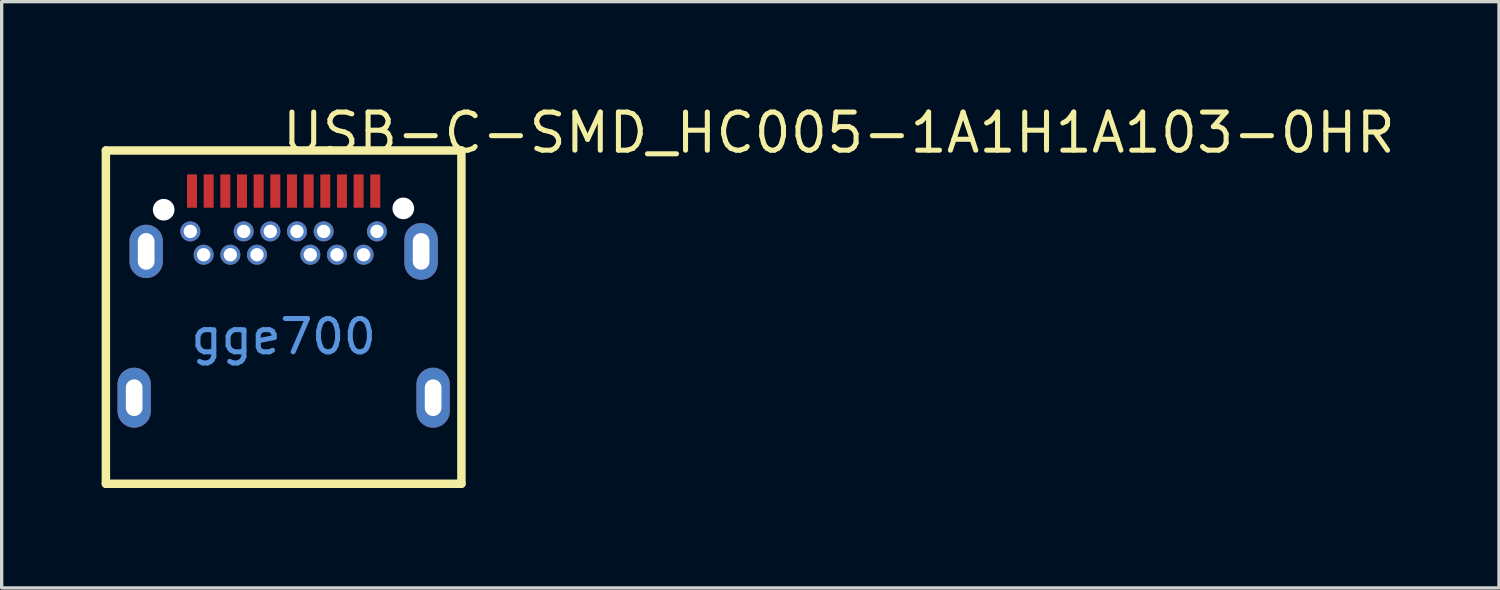
<source format=kicad_pcb>
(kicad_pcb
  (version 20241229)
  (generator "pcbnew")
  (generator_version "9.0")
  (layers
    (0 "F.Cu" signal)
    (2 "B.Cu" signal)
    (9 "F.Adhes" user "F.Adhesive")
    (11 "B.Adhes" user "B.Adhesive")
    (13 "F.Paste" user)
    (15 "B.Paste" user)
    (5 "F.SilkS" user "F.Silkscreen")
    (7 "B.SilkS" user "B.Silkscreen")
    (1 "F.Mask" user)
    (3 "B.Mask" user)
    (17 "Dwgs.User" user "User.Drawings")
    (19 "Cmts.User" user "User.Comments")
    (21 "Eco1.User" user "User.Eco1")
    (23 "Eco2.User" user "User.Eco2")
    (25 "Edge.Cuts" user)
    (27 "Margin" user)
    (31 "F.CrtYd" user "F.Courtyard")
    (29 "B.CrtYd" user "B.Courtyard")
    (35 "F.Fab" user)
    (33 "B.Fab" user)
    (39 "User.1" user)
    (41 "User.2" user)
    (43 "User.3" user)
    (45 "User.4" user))
  (footprint "USB-C-SMD_HC005-1A1H1A103-0HR"
    (layer "F.Cu")
    (at 5.461 5.783)
    (property "Reference" "USB-C-SMD_HC005-1A1H1A103-0HR" (at -0.124 -4.848 0) (layer "F.SilkS") (effects (font (size 1.143 1.143) (thickness 0.152)) (justify left)))
    (attr smd)
    (fp_line (start -5.334 -4.318) (end 5.334 -4.318) (stroke (width 0.254) (type solid)) (layer "F.SilkS"))
    (fp_line (start -5.334 5.682) (end -5.334 -4.318) (stroke (width 0.254) (type solid)) (layer "F.SilkS"))
    (fp_line (start 5.334 -4.318) (end 5.334 5.682) (stroke (width 0.254) (type solid)) (layer "F.SilkS"))
    (fp_line (start 5.334 5.682) (end -5.334 5.682) (stroke (width 0.254) (type solid)) (layer "F.SilkS"))
    (fp_poly (pts (xy -2.9 -3.6) (xy -2.6 -3.6) (xy -2.6 -2.6) (xy -2.9 -2.6)) (stroke (width 0) (type solid)) (fill yes) (layer "F.Paste"))
    (fp_poly (pts (xy -2.4 -3.6) (xy -2.1 -3.6) (xy -2.1 -2.6) (xy -2.4 -2.6)) (stroke (width 0) (type solid)) (fill yes) (layer "F.Paste"))
    (fp_poly (pts (xy -1.9 -3.6) (xy -1.6 -3.6) (xy -1.6 -2.6) (xy -1.9 -2.6)) (stroke (width 0) (type solid)) (fill yes) (layer "F.Paste"))
    (fp_poly (pts (xy -1.4 -3.6) (xy -1.1 -3.6) (xy -1.1 -2.6) (xy -1.4 -2.6)) (stroke (width 0) (type solid)) (fill yes) (layer "F.Paste"))
    (fp_poly (pts (xy -0.9 -3.6) (xy -0.6 -3.6) (xy -0.6 -2.6) (xy -0.9 -2.6)) (stroke (width 0) (type solid)) (fill yes) (layer "F.Paste"))
    (fp_poly (pts (xy -0.4 -3.6) (xy -0.1 -3.6) (xy -0.1 -2.6) (xy -0.4 -2.6)) (stroke (width 0) (type solid)) (fill yes) (layer "F.Paste"))
    (fp_poly (pts (xy 0.1 -3.6) (xy 0.4 -3.6) (xy 0.4 -2.6) (xy 0.1 -2.6)) (stroke (width 0) (type solid)) (fill yes) (layer "F.Paste"))
    (fp_poly (pts (xy 0.6 -3.6) (xy 0.9 -3.6) (xy 0.9 -2.6) (xy 0.6 -2.6)) (stroke (width 0) (type solid)) (fill yes) (layer "F.Paste"))
    (fp_poly (pts (xy 1.1 -3.6) (xy 1.4 -3.6) (xy 1.4 -2.6) (xy 1.1 -2.6)) (stroke (width 0) (type solid)) (fill yes) (layer "F.Paste"))
    (fp_poly (pts (xy 1.6 -3.6) (xy 1.9 -3.6) (xy 1.9 -2.6) (xy 1.6 -2.6)) (stroke (width 0) (type solid)) (fill yes) (layer "F.Paste"))
    (fp_poly (pts (xy 2.1 -3.6) (xy 2.4 -3.6) (xy 2.4 -2.6) (xy 2.1 -2.6)) (stroke (width 0) (type solid)) (fill yes) (layer "F.Paste"))
    (fp_poly (pts (xy 2.6 -3.6) (xy 2.9 -3.6) (xy 2.9 -2.6) (xy 2.6 -2.6)) (stroke (width 0) (type solid)) (fill yes) (layer "F.Paste"))
    (fp_poly (pts (xy -2.806 -2.19) (xy -2.832 -2.188) (xy -2.856 -2.185) (xy -2.881 -2.179) (xy -2.905 -2.171) (xy -2.928 -2.162) (xy -2.95 -2.15) (xy -2.971 -2.136) (xy -2.991 -2.121) (xy -3.01 -2.104) (xy -3.027 -2.086) (xy -3.043 -2.066) (xy -3.057 -2.046) (xy -3.069 -2.024) (xy -3.079 -2.001) (xy -3.087 -1.977) (xy -3.094 -1.953) (xy -3.098 -1.928) (xy -3.1 -1.903) (xy -3.1 -1.878) (xy -3.098 -1.853) (xy -3.094 -1.828) (xy -3.087 -1.803) (xy -3.079 -1.78) (xy -3.069 -1.757) (xy -3.057 -1.735) (xy -3.043 -1.714) (xy -3.027 -1.694) (xy -3.01 -1.676) (xy -2.991 -1.659) (xy -2.971 -1.644) (xy -2.95 -1.63) (xy -2.928 -1.619) (xy -2.905 -1.609) (xy -2.881 -1.601) (xy -2.856 -1.595) (xy -2.832 -1.592) (xy -2.806 -1.59) (xy -2.781 -1.591) (xy -2.756 -1.593) (xy -2.732 -1.598) (xy -2.708 -1.605) (xy -2.684 -1.614) (xy -2.661 -1.624) (xy -2.639 -1.637) (xy -2.619 -1.651) (xy -2.599 -1.667) (xy -2.582 -1.685) (xy -2.565 -1.704) (xy -2.55 -1.724) (xy -2.537 -1.746) (xy -2.526 -1.768) (xy -2.517 -1.791) (xy -2.51 -1.816) (xy -2.504 -1.84) (xy -2.501 -1.865) (xy -2.5 -1.89) (xy -2.501 -1.915) (xy -2.504 -1.94) (xy -2.51 -1.965) (xy -2.517 -1.989) (xy -2.526 -2.012) (xy -2.537 -2.035) (xy -2.55 -2.056) (xy -2.565 -2.076) (xy -2.582 -2.095) (xy -2.599 -2.113) (xy -2.619 -2.129) (xy -2.639 -2.143) (xy -2.661 -2.156) (xy -2.684 -2.167) (xy -2.708 -2.175) (xy -2.732 -2.182) (xy -2.756 -2.187) (xy -2.781 -2.19)) (stroke (width 0) (type solid)) (fill yes) (layer "F.Paste"))
    (fp_poly (pts (xy -2.406 -1.49) (xy -2.432 -1.488) (xy -2.456 -1.485) (xy -2.481 -1.479) (xy -2.505 -1.471) (xy -2.528 -1.462) (xy -2.55 -1.45) (xy -2.571 -1.436) (xy -2.591 -1.421) (xy -2.61 -1.404) (xy -2.627 -1.386) (xy -2.643 -1.366) (xy -2.657 -1.346) (xy -2.669 -1.324) (xy -2.679 -1.301) (xy -2.687 -1.277) (xy -2.694 -1.252) (xy -2.698 -1.228) (xy -2.7 -1.203) (xy -2.7 -1.178) (xy -2.698 -1.153) (xy -2.694 -1.128) (xy -2.687 -1.103) (xy -2.679 -1.08) (xy -2.669 -1.057) (xy -2.657 -1.035) (xy -2.643 -1.014) (xy -2.627 -0.994) (xy -2.61 -0.976) (xy -2.591 -0.959) (xy -2.571 -0.944) (xy -2.55 -0.93) (xy -2.528 -0.919) (xy -2.505 -0.909) (xy -2.481 -0.901) (xy -2.456 -0.895) (xy -2.432 -0.892) (xy -2.406 -0.89) (xy -2.381 -0.891) (xy -2.356 -0.893) (xy -2.332 -0.898) (xy -2.307 -0.905) (xy -2.284 -0.914) (xy -2.261 -0.924) (xy -2.239 -0.937) (xy -2.219 -0.951) (xy -2.199 -0.967) (xy -2.181 -0.985) (xy -2.165 -1.004) (xy -2.15 -1.024) (xy -2.137 -1.046) (xy -2.126 -1.068) (xy -2.117 -1.091) (xy -2.11 -1.116) (xy -2.104 -1.14) (xy -2.101 -1.165) (xy -2.1 -1.19) (xy -2.101 -1.215) (xy -2.104 -1.24) (xy -2.11 -1.265) (xy -2.117 -1.289) (xy -2.126 -1.312) (xy -2.137 -1.335) (xy -2.15 -1.356) (xy -2.165 -1.376) (xy -2.181 -1.395) (xy -2.199 -1.413) (xy -2.219 -1.429) (xy -2.239 -1.443) (xy -2.261 -1.456) (xy -2.284 -1.467) (xy -2.307 -1.475) (xy -2.332 -1.482) (xy -2.356 -1.487) (xy -2.381 -1.49)) (stroke (width 0) (type solid)) (fill yes) (layer "F.Paste"))
    (fp_poly (pts (xy -1.606 -1.49) (xy -1.631 -1.488) (xy -1.656 -1.485) (xy -1.681 -1.479) (xy -1.705 -1.471) (xy -1.728 -1.462) (xy -1.75 -1.45) (xy -1.771 -1.436) (xy -1.791 -1.421) (xy -1.81 -1.404) (xy -1.827 -1.386) (xy -1.843 -1.366) (xy -1.857 -1.346) (xy -1.869 -1.324) (xy -1.879 -1.301) (xy -1.887 -1.277) (xy -1.894 -1.252) (xy -1.898 -1.228) (xy -1.9 -1.203) (xy -1.9 -1.178) (xy -1.898 -1.153) (xy -1.894 -1.128) (xy -1.887 -1.103) (xy -1.879 -1.08) (xy -1.869 -1.057) (xy -1.857 -1.035) (xy -1.843 -1.014) (xy -1.827 -0.994) (xy -1.81 -0.976) (xy -1.791 -0.959) (xy -1.771 -0.944) (xy -1.75 -0.93) (xy -1.728 -0.919) (xy -1.705 -0.909) (xy -1.681 -0.901) (xy -1.656 -0.895) (xy -1.631 -0.892) (xy -1.606 -0.89) (xy -1.581 -0.891) (xy -1.556 -0.893) (xy -1.532 -0.898) (xy -1.507 -0.905) (xy -1.484 -0.914) (xy -1.461 -0.924) (xy -1.439 -0.937) (xy -1.419 -0.951) (xy -1.399 -0.967) (xy -1.381 -0.985) (xy -1.365 -1.004) (xy -1.35 -1.024) (xy -1.337 -1.046) (xy -1.326 -1.068) (xy -1.317 -1.091) (xy -1.309 -1.116) (xy -1.304 -1.14) (xy -1.301 -1.165) (xy -1.3 -1.19) (xy -1.301 -1.215) (xy -1.304 -1.24) (xy -1.309 -1.265) (xy -1.317 -1.289) (xy -1.326 -1.312) (xy -1.337 -1.335) (xy -1.35 -1.356) (xy -1.365 -1.376) (xy -1.381 -1.395) (xy -1.399 -1.413) (xy -1.419 -1.429) (xy -1.439 -1.443) (xy -1.461 -1.456) (xy -1.484 -1.467) (xy -1.507 -1.475) (xy -1.532 -1.482) (xy -1.556 -1.487) (xy -1.581 -1.49)) (stroke (width 0) (type solid)) (fill yes) (layer "F.Paste"))
    (fp_poly (pts (xy -1.181 -2.19) (xy -1.207 -2.19) (xy -1.232 -2.188) (xy -1.256 -2.185) (xy -1.281 -2.179) (xy -1.305 -2.171) (xy -1.328 -2.162) (xy -1.35 -2.15) (xy -1.371 -2.136) (xy -1.392 -2.121) (xy -1.41 -2.104) (xy -1.427 -2.086) (xy -1.443 -2.066) (xy -1.457 -2.046) (xy -1.469 -2.024) (xy -1.479 -2.001) (xy -1.487 -1.977) (xy -1.494 -1.953) (xy -1.498 -1.928) (xy -1.5 -1.903) (xy -1.5 -1.878) (xy -1.498 -1.853) (xy -1.494 -1.828) (xy -1.487 -1.803) (xy -1.479 -1.78) (xy -1.469 -1.757) (xy -1.457 -1.735) (xy -1.443 -1.714) (xy -1.427 -1.694) (xy -1.41 -1.676) (xy -1.392 -1.659) (xy -1.371 -1.644) (xy -1.35 -1.63) (xy -1.328 -1.619) (xy -1.305 -1.609) (xy -1.281 -1.601) (xy -1.256 -1.595) (xy -1.232 -1.592) (xy -1.207 -1.59) (xy -1.181 -1.591) (xy -1.156 -1.593) (xy -1.132 -1.598) (xy -1.108 -1.605) (xy -1.084 -1.614) (xy -1.061 -1.624) (xy -1.04 -1.637) (xy -1.019 -1.651) (xy -1 -1.667) (xy -0.982 -1.685) (xy -0.965 -1.704) (xy -0.95 -1.724) (xy -0.937 -1.746) (xy -0.926 -1.768) (xy -0.917 -1.791) (xy -0.91 -1.816) (xy -0.904 -1.84) (xy -0.901 -1.865) (xy -0.9 -1.89) (xy -0.901 -1.915) (xy -0.904 -1.94) (xy -0.91 -1.965) (xy -0.917 -1.989) (xy -0.926 -2.012) (xy -0.937 -2.035) (xy -0.95 -2.056) (xy -0.965 -2.076) (xy -0.982 -2.095) (xy -1 -2.113) (xy -1.019 -2.129) (xy -1.04 -2.143) (xy -1.061 -2.156) (xy -1.084 -2.167) (xy -1.108 -2.175) (xy -1.132 -2.182) (xy -1.156 -2.187)) (stroke (width 0) (type solid)) (fill yes) (layer "F.Paste"))
    (fp_poly (pts (xy -0.807 -1.49) (xy -0.832 -1.488) (xy -0.856 -1.485) (xy -0.881 -1.479) (xy -0.905 -1.471) (xy -0.928 -1.462) (xy -0.95 -1.45) (xy -0.971 -1.436) (xy -0.991 -1.421) (xy -1.01 -1.404) (xy -1.027 -1.386) (xy -1.043 -1.366) (xy -1.057 -1.346) (xy -1.069 -1.324) (xy -1.079 -1.301) (xy -1.087 -1.277) (xy -1.094 -1.252) (xy -1.098 -1.228) (xy -1.1 -1.203) (xy -1.1 -1.178) (xy -1.098 -1.153) (xy -1.094 -1.128) (xy -1.087 -1.103) (xy -1.079 -1.08) (xy -1.069 -1.057) (xy -1.057 -1.035) (xy -1.043 -1.014) (xy -1.027 -0.994) (xy -1.01 -0.976) (xy -0.991 -0.959) (xy -0.971 -0.944) (xy -0.95 -0.93) (xy -0.928 -0.919) (xy -0.905 -0.909) (xy -0.881 -0.901) (xy -0.856 -0.895) (xy -0.832 -0.892) (xy -0.807 -0.89) (xy -0.781 -0.891) (xy -0.756 -0.893) (xy -0.732 -0.898) (xy -0.708 -0.905) (xy -0.684 -0.914) (xy -0.661 -0.924) (xy -0.639 -0.937) (xy -0.619 -0.951) (xy -0.599 -0.967) (xy -0.582 -0.985) (xy -0.565 -1.004) (xy -0.55 -1.024) (xy -0.537 -1.046) (xy -0.526 -1.068) (xy -0.517 -1.091) (xy -0.51 -1.116) (xy -0.504 -1.14) (xy -0.501 -1.165) (xy -0.5 -1.19) (xy -0.501 -1.215) (xy -0.504 -1.24) (xy -0.51 -1.265) (xy -0.517 -1.289) (xy -0.526 -1.312) (xy -0.537 -1.335) (xy -0.55 -1.356) (xy -0.565 -1.376) (xy -0.582 -1.395) (xy -0.599 -1.413) (xy -0.619 -1.429) (xy -0.639 -1.443) (xy -0.661 -1.456) (xy -0.684 -1.467) (xy -0.708 -1.475) (xy -0.732 -1.482) (xy -0.756 -1.487) (xy -0.781 -1.49)) (stroke (width 0) (type solid)) (fill yes) (layer "F.Paste"))
    (fp_poly (pts (xy -0.381 -2.19) (xy -0.406 -2.19) (xy -0.432 -2.188) (xy -0.456 -2.185) (xy -0.481 -2.179) (xy -0.505 -2.171) (xy -0.528 -2.162) (xy -0.55 -2.15) (xy -0.571 -2.136) (xy -0.591 -2.121) (xy -0.61 -2.104) (xy -0.627 -2.086) (xy -0.643 -2.066) (xy -0.657 -2.046) (xy -0.669 -2.024) (xy -0.679 -2.001) (xy -0.687 -1.977) (xy -0.694 -1.953) (xy -0.698 -1.928) (xy -0.7 -1.903) (xy -0.7 -1.878) (xy -0.698 -1.853) (xy -0.694 -1.828) (xy -0.687 -1.803) (xy -0.679 -1.78) (xy -0.669 -1.757) (xy -0.657 -1.735) (xy -0.643 -1.714) (xy -0.627 -1.694) (xy -0.61 -1.676) (xy -0.591 -1.659) (xy -0.571 -1.644) (xy -0.55 -1.63) (xy -0.528 -1.619) (xy -0.505 -1.609) (xy -0.481 -1.601) (xy -0.456 -1.595) (xy -0.432 -1.592) (xy -0.406 -1.59) (xy -0.381 -1.591) (xy -0.356 -1.593) (xy -0.332 -1.598) (xy -0.307 -1.605) (xy -0.284 -1.614) (xy -0.261 -1.624) (xy -0.239 -1.637) (xy -0.219 -1.651) (xy -0.199 -1.667) (xy -0.181 -1.685) (xy -0.165 -1.704) (xy -0.15 -1.724) (xy -0.137 -1.746) (xy -0.126 -1.768) (xy -0.117 -1.791) (xy -0.11 -1.816) (xy -0.104 -1.84) (xy -0.101 -1.865) (xy -0.1 -1.89) (xy -0.101 -1.915) (xy -0.104 -1.94) (xy -0.11 -1.965) (xy -0.117 -1.989) (xy -0.126 -2.012) (xy -0.137 -2.035) (xy -0.15 -2.056) (xy -0.165 -2.076) (xy -0.181 -2.095) (xy -0.199 -2.113) (xy -0.219 -2.129) (xy -0.239 -2.143) (xy -0.261 -2.156) (xy -0.284 -2.167) (xy -0.307 -2.175) (xy -0.332 -2.182) (xy -0.356 -2.187)) (stroke (width 0) (type solid)) (fill yes) (layer "F.Paste"))
    (fp_poly (pts (xy 0.394 -2.19) (xy 0.369 -2.188) (xy 0.344 -2.185) (xy 0.319 -2.179) (xy 0.295 -2.171) (xy 0.272 -2.162) (xy 0.25 -2.15) (xy 0.229 -2.136) (xy 0.209 -2.121) (xy 0.19 -2.104) (xy 0.173 -2.086) (xy 0.157 -2.066) (xy 0.143 -2.046) (xy 0.131 -2.024) (xy 0.121 -2.001) (xy 0.113 -1.977) (xy 0.106 -1.953) (xy 0.102 -1.928) (xy 0.1 -1.903) (xy 0.1 -1.878) (xy 0.102 -1.853) (xy 0.106 -1.828) (xy 0.113 -1.803) (xy 0.121 -1.78) (xy 0.131 -1.757) (xy 0.143 -1.735) (xy 0.157 -1.714) (xy 0.173 -1.694) (xy 0.19 -1.676) (xy 0.209 -1.659) (xy 0.229 -1.644) (xy 0.25 -1.63) (xy 0.272 -1.619) (xy 0.295 -1.609) (xy 0.319 -1.601) (xy 0.344 -1.595) (xy 0.369 -1.592) (xy 0.394 -1.59) (xy 0.419 -1.591) (xy 0.444 -1.593) (xy 0.468 -1.598) (xy 0.493 -1.605) (xy 0.516 -1.614) (xy 0.539 -1.624) (xy 0.561 -1.637) (xy 0.581 -1.651) (xy 0.601 -1.667) (xy 0.619 -1.685) (xy 0.635 -1.704) (xy 0.65 -1.724) (xy 0.663 -1.746) (xy 0.674 -1.768) (xy 0.683 -1.791) (xy 0.69 -1.816) (xy 0.696 -1.84) (xy 0.699 -1.865) (xy 0.7 -1.89) (xy 0.699 -1.915) (xy 0.696 -1.94) (xy 0.69 -1.965) (xy 0.683 -1.989) (xy 0.674 -2.012) (xy 0.663 -2.035) (xy 0.65 -2.056) (xy 0.635 -2.076) (xy 0.619 -2.095) (xy 0.601 -2.113) (xy 0.581 -2.129) (xy 0.561 -2.143) (xy 0.539 -2.156) (xy 0.516 -2.167) (xy 0.493 -2.175) (xy 0.468 -2.182) (xy 0.444 -2.187) (xy 0.419 -2.19)) (stroke (width 0) (type solid)) (fill yes) (layer "F.Paste"))
    (fp_poly (pts (xy 0.819 -1.49) (xy 0.793 -1.49) (xy 0.768 -1.488) (xy 0.744 -1.485) (xy 0.719 -1.479) (xy 0.695 -1.471) (xy 0.672 -1.462) (xy 0.65 -1.45) (xy 0.628 -1.436) (xy 0.608 -1.421) (xy 0.59 -1.404) (xy 0.573 -1.386) (xy 0.557 -1.366) (xy 0.543 -1.346) (xy 0.531 -1.324) (xy 0.521 -1.301) (xy 0.513 -1.277) (xy 0.506 -1.252) (xy 0.502 -1.228) (xy 0.5 -1.203) (xy 0.5 -1.178) (xy 0.502 -1.153) (xy 0.506 -1.128) (xy 0.513 -1.103) (xy 0.521 -1.08) (xy 0.531 -1.057) (xy 0.543 -1.035) (xy 0.557 -1.014) (xy 0.573 -0.994) (xy 0.59 -0.976) (xy 0.608 -0.959) (xy 0.628 -0.944) (xy 0.65 -0.93) (xy 0.672 -0.919) (xy 0.695 -0.909) (xy 0.719 -0.901) (xy 0.744 -0.895) (xy 0.768 -0.892) (xy 0.793 -0.89) (xy 0.819 -0.891) (xy 0.844 -0.893) (xy 0.868 -0.898) (xy 0.892 -0.905) (xy 0.916 -0.914) (xy 0.939 -0.924) (xy 0.96 -0.937) (xy 0.981 -0.951) (xy 1 -0.967) (xy 1.018 -0.985) (xy 1.035 -1.004) (xy 1.05 -1.024) (xy 1.063 -1.046) (xy 1.074 -1.068) (xy 1.083 -1.091) (xy 1.09 -1.116) (xy 1.096 -1.14) (xy 1.099 -1.165) (xy 1.1 -1.19) (xy 1.099 -1.215) (xy 1.096 -1.24) (xy 1.09 -1.265) (xy 1.083 -1.289) (xy 1.074 -1.312) (xy 1.063 -1.335) (xy 1.05 -1.356) (xy 1.035 -1.376) (xy 1.018 -1.395) (xy 1 -1.413) (xy 0.981 -1.429) (xy 0.96 -1.443) (xy 0.939 -1.456) (xy 0.916 -1.467) (xy 0.892 -1.475) (xy 0.868 -1.482) (xy 0.844 -1.487)) (stroke (width 0) (type solid)) (fill yes) (layer "F.Paste"))
    (fp_poly (pts (xy 1.193 -2.19) (xy 1.168 -2.188) (xy 1.144 -2.185) (xy 1.119 -2.179) (xy 1.095 -2.171) (xy 1.072 -2.162) (xy 1.05 -2.15) (xy 1.029 -2.136) (xy 1.009 -2.121) (xy 0.99 -2.104) (xy 0.973 -2.086) (xy 0.957 -2.066) (xy 0.943 -2.046) (xy 0.931 -2.024) (xy 0.921 -2.001) (xy 0.913 -1.977) (xy 0.906 -1.953) (xy 0.902 -1.928) (xy 0.9 -1.903) (xy 0.9 -1.878) (xy 0.902 -1.853) (xy 0.906 -1.828) (xy 0.913 -1.803) (xy 0.921 -1.78) (xy 0.931 -1.757) (xy 0.943 -1.735) (xy 0.957 -1.714) (xy 0.973 -1.694) (xy 0.99 -1.676) (xy 1.009 -1.659) (xy 1.029 -1.644) (xy 1.05 -1.63) (xy 1.072 -1.619) (xy 1.095 -1.609) (xy 1.119 -1.601) (xy 1.144 -1.595) (xy 1.168 -1.592) (xy 1.193 -1.59) (xy 1.219 -1.591) (xy 1.244 -1.593) (xy 1.268 -1.598) (xy 1.292 -1.605) (xy 1.316 -1.614) (xy 1.339 -1.624) (xy 1.361 -1.637) (xy 1.381 -1.651) (xy 1.401 -1.667) (xy 1.418 -1.685) (xy 1.435 -1.704) (xy 1.45 -1.724) (xy 1.463 -1.746) (xy 1.474 -1.768) (xy 1.483 -1.791) (xy 1.49 -1.816) (xy 1.496 -1.84) (xy 1.499 -1.865) (xy 1.5 -1.89) (xy 1.499 -1.915) (xy 1.496 -1.94) (xy 1.49 -1.965) (xy 1.483 -1.989) (xy 1.474 -2.012) (xy 1.463 -2.035) (xy 1.45 -2.056) (xy 1.435 -2.076) (xy 1.418 -2.095) (xy 1.401 -2.113) (xy 1.381 -2.129) (xy 1.361 -2.143) (xy 1.339 -2.156) (xy 1.316 -2.167) (xy 1.292 -2.175) (xy 1.268 -2.182) (xy 1.244 -2.187) (xy 1.219 -2.19)) (stroke (width 0) (type solid)) (fill yes) (layer "F.Paste"))
    (fp_poly (pts (xy 1.594 -1.49) (xy 1.568 -1.488) (xy 1.544 -1.485) (xy 1.519 -1.479) (xy 1.495 -1.471) (xy 1.472 -1.462) (xy 1.45 -1.45) (xy 1.429 -1.436) (xy 1.409 -1.421) (xy 1.39 -1.404) (xy 1.373 -1.386) (xy 1.357 -1.366) (xy 1.343 -1.346) (xy 1.331 -1.324) (xy 1.321 -1.301) (xy 1.313 -1.277) (xy 1.306 -1.252) (xy 1.302 -1.228) (xy 1.3 -1.203) (xy 1.3 -1.178) (xy 1.302 -1.153) (xy 1.306 -1.128) (xy 1.313 -1.103) (xy 1.321 -1.08) (xy 1.331 -1.057) (xy 1.343 -1.035) (xy 1.357 -1.014) (xy 1.373 -0.994) (xy 1.39 -0.976) (xy 1.409 -0.959) (xy 1.429 -0.944) (xy 1.45 -0.93) (xy 1.472 -0.919) (xy 1.495 -0.909) (xy 1.519 -0.901) (xy 1.544 -0.895) (xy 1.568 -0.892) (xy 1.594 -0.89) (xy 1.619 -0.891) (xy 1.644 -0.893) (xy 1.668 -0.898) (xy 1.693 -0.905) (xy 1.716 -0.914) (xy 1.739 -0.924) (xy 1.761 -0.937) (xy 1.781 -0.951) (xy 1.801 -0.967) (xy 1.819 -0.985) (xy 1.835 -1.004) (xy 1.85 -1.024) (xy 1.863 -1.046) (xy 1.874 -1.068) (xy 1.883 -1.091) (xy 1.89 -1.116) (xy 1.896 -1.14) (xy 1.899 -1.165) (xy 1.9 -1.19) (xy 1.899 -1.215) (xy 1.896 -1.24) (xy 1.89 -1.265) (xy 1.883 -1.289) (xy 1.874 -1.312) (xy 1.863 -1.335) (xy 1.85 -1.356) (xy 1.835 -1.376) (xy 1.819 -1.395) (xy 1.801 -1.413) (xy 1.781 -1.429) (xy 1.761 -1.443) (xy 1.739 -1.456) (xy 1.716 -1.467) (xy 1.693 -1.475) (xy 1.668 -1.482) (xy 1.644 -1.487) (xy 1.619 -1.49)) (stroke (width 0) (type solid)) (fill yes) (layer "F.Paste"))
    (fp_poly (pts (xy 2.394 -1.49) (xy 2.369 -1.488) (xy 2.344 -1.485) (xy 2.319 -1.479) (xy 2.295 -1.471) (xy 2.272 -1.462) (xy 2.25 -1.45) (xy 2.229 -1.436) (xy 2.209 -1.421) (xy 2.19 -1.404) (xy 2.173 -1.386) (xy 2.157 -1.366) (xy 2.143 -1.346) (xy 2.131 -1.324) (xy 2.121 -1.301) (xy 2.113 -1.277) (xy 2.106 -1.252) (xy 2.102 -1.228) (xy 2.1 -1.203) (xy 2.1 -1.178) (xy 2.102 -1.153) (xy 2.106 -1.128) (xy 2.113 -1.103) (xy 2.121 -1.08) (xy 2.131 -1.057) (xy 2.143 -1.035) (xy 2.157 -1.014) (xy 2.173 -0.994) (xy 2.19 -0.976) (xy 2.209 -0.959) (xy 2.229 -0.944) (xy 2.25 -0.93) (xy 2.272 -0.919) (xy 2.295 -0.909) (xy 2.319 -0.901) (xy 2.344 -0.895) (xy 2.369 -0.892) (xy 2.394 -0.89) (xy 2.419 -0.891) (xy 2.444 -0.893) (xy 2.468 -0.898) (xy 2.493 -0.905) (xy 2.516 -0.914) (xy 2.539 -0.924) (xy 2.561 -0.937) (xy 2.581 -0.951) (xy 2.601 -0.967) (xy 2.619 -0.985) (xy 2.635 -1.004) (xy 2.65 -1.024) (xy 2.663 -1.046) (xy 2.674 -1.068) (xy 2.683 -1.091) (xy 2.69 -1.116) (xy 2.696 -1.14) (xy 2.699 -1.165) (xy 2.7 -1.19) (xy 2.699 -1.215) (xy 2.696 -1.24) (xy 2.69 -1.265) (xy 2.683 -1.289) (xy 2.674 -1.312) (xy 2.663 -1.335) (xy 2.65 -1.356) (xy 2.635 -1.376) (xy 2.619 -1.395) (xy 2.601 -1.413) (xy 2.581 -1.429) (xy 2.561 -1.443) (xy 2.539 -1.456) (xy 2.516 -1.467) (xy 2.493 -1.475) (xy 2.468 -1.482) (xy 2.444 -1.487) (xy 2.419 -1.49)) (stroke (width 0) (type solid)) (fill yes) (layer "F.Paste"))
    (fp_poly (pts (xy 2.793 -2.19) (xy 2.768 -2.188) (xy 2.744 -2.185) (xy 2.719 -2.179) (xy 2.695 -2.171) (xy 2.672 -2.162) (xy 2.65 -2.15) (xy 2.628 -2.136) (xy 2.608 -2.121) (xy 2.59 -2.104) (xy 2.573 -2.086) (xy 2.557 -2.066) (xy 2.543 -2.046) (xy 2.531 -2.024) (xy 2.521 -2.001) (xy 2.513 -1.977) (xy 2.506 -1.953) (xy 2.502 -1.928) (xy 2.5 -1.903) (xy 2.5 -1.878) (xy 2.502 -1.853) (xy 2.506 -1.828) (xy 2.513 -1.803) (xy 2.521 -1.78) (xy 2.531 -1.757) (xy 2.543 -1.735) (xy 2.557 -1.714) (xy 2.573 -1.694) (xy 2.59 -1.676) (xy 2.608 -1.659) (xy 2.628 -1.644) (xy 2.65 -1.63) (xy 2.672 -1.619) (xy 2.695 -1.609) (xy 2.719 -1.601) (xy 2.744 -1.595) (xy 2.768 -1.592) (xy 2.793 -1.59) (xy 2.819 -1.591) (xy 2.844 -1.593) (xy 2.868 -1.598) (xy 2.892 -1.605) (xy 2.916 -1.614) (xy 2.939 -1.624) (xy 2.96 -1.637) (xy 2.981 -1.651) (xy 3 -1.667) (xy 3.018 -1.685) (xy 3.035 -1.704) (xy 3.05 -1.724) (xy 3.063 -1.746) (xy 3.074 -1.768) (xy 3.083 -1.791) (xy 3.09 -1.816) (xy 3.096 -1.84) (xy 3.099 -1.865) (xy 3.1 -1.89) (xy 3.099 -1.915) (xy 3.096 -1.94) (xy 3.09 -1.965) (xy 3.083 -1.989) (xy 3.074 -2.012) (xy 3.063 -2.035) (xy 3.05 -2.056) (xy 3.035 -2.076) (xy 3.018 -2.095) (xy 3 -2.113) (xy 2.981 -2.129) (xy 2.96 -2.143) (xy 2.939 -2.156) (xy 2.916 -2.167) (xy 2.892 -2.175) (xy 2.868 -2.182) (xy 2.844 -2.187) (xy 2.819 -2.19)) (stroke (width 0) (type solid)) (fill yes) (layer "F.Paste"))
    (fp_poly (pts (xy -4.448 2.201) (xy -4.473 2.2) (xy -4.497 2.2) (xy -4.522 2.201) (xy -4.547 2.204) (xy -4.572 2.208) (xy -4.596 2.212) (xy -4.62 2.219) (xy -4.644 2.226) (xy -4.668 2.235) (xy -4.691 2.244) (xy -4.713 2.255) (xy -4.735 2.267) (xy -4.756 2.28) (xy -4.777 2.294) (xy -4.797 2.309) (xy -4.816 2.325) (xy -4.834 2.342) (xy -4.852 2.36) (xy -4.868 2.379) (xy -4.884 2.398) (xy -4.898 2.418) (xy -4.912 2.439) (xy -4.924 2.461) (xy -4.935 2.483) (xy -4.946 2.506) (xy -4.955 2.529) (xy -4.963 2.553) (xy -4.97 2.577) (xy -4.975 2.601) (xy -4.979 2.625) (xy -4.983 2.65) (xy -4.984 2.675) (xy -4.985 2.7) (xy -4.985 3.5) (xy -4.984 3.525) (xy -4.983 3.55) (xy -4.979 3.574) (xy -4.975 3.599) (xy -4.97 3.623) (xy -4.963 3.647) (xy -4.955 3.671) (xy -4.946 3.694) (xy -4.935 3.717) (xy -4.924 3.739) (xy -4.912 3.761) (xy -4.898 3.782) (xy -4.884 3.802) (xy -4.868 3.821) (xy -4.852 3.84) (xy -4.834 3.858) (xy -4.816 3.875) (xy -4.797 3.891) (xy -4.777 3.906) (xy -4.756 3.92) (xy -4.735 3.933) (xy -4.713 3.945) (xy -4.691 3.956) (xy -4.668 3.965) (xy -4.644 3.974) (xy -4.62 3.981) (xy -4.596 3.987) (xy -4.572 3.992) (xy -4.547 3.996) (xy -4.522 3.999) (xy -4.497 4) (xy -4.473 4) (xy -4.448 3.999) (xy -4.423 3.996) (xy -4.398 3.992) (xy -4.374 3.987) (xy -4.35 3.981) (xy -4.326 3.974) (xy -4.302 3.965) (xy -4.279 3.956) (xy -4.257 3.945) (xy -4.235 3.933) (xy -4.214 3.92) (xy -4.193 3.906) (xy -4.173 3.891) (xy -4.154 3.875) (xy -4.136 3.858) (xy -4.118 3.84) (xy -4.102 3.821) (xy -4.086 3.802) (xy -4.072 3.782) (xy -4.058 3.761) (xy -4.046 3.739) (xy -4.035 3.717) (xy -4.024 3.694) (xy -4.015 3.671) (xy -4.007 3.647) (xy -4 3.623) (xy -3.995 3.599) (xy -3.991 3.574) (xy -3.987 3.55) (xy -3.986 3.525) (xy -3.985 3.5) (xy -3.985 2.7) (xy -3.986 2.675) (xy -3.987 2.65) (xy -3.991 2.625) (xy -3.995 2.601) (xy -4 2.577) (xy -4.007 2.553) (xy -4.015 2.529) (xy -4.024 2.506) (xy -4.035 2.483) (xy -4.046 2.461) (xy -4.058 2.439) (xy -4.072 2.418) (xy -4.086 2.398) (xy -4.102 2.379) (xy -4.118 2.36) (xy -4.136 2.342) (xy -4.154 2.325) (xy -4.173 2.309) (xy -4.193 2.294) (xy -4.214 2.28) (xy -4.235 2.267) (xy -4.257 2.255) (xy -4.279 2.244) (xy -4.302 2.235) (xy -4.326 2.226) (xy -4.35 2.219) (xy -4.374 2.212) (xy -4.398 2.208) (xy -4.423 2.204)) (stroke (width 0) (type solid)) (fill yes) (layer "F.Paste"))
    (fp_poly (pts (xy -4.088 -2.139) (xy -4.113 -2.14) (xy -4.138 -2.14) (xy -4.162 -2.139) (xy -4.187 -2.136) (xy -4.212 -2.133) (xy -4.236 -2.128) (xy -4.26 -2.121) (xy -4.284 -2.114) (xy -4.308 -2.106) (xy -4.331 -2.096) (xy -4.353 -2.085) (xy -4.375 -2.073) (xy -4.396 -2.06) (xy -4.417 -2.046) (xy -4.437 -2.031) (xy -4.456 -2.015) (xy -4.474 -1.998) (xy -4.492 -1.98) (xy -4.508 -1.962) (xy -4.524 -1.942) (xy -4.538 -1.922) (xy -4.552 -1.901) (xy -4.564 -1.879) (xy -4.576 -1.857) (xy -4.586 -1.834) (xy -4.595 -1.811) (xy -4.603 -1.788) (xy -4.61 -1.764) (xy -4.615 -1.739) (xy -4.619 -1.715) (xy -4.623 -1.69) (xy -4.624 -1.665) (xy -4.625 -1.64) (xy -4.625 -0.94) (xy -4.624 -0.915) (xy -4.623 -0.89) (xy -4.619 -0.866) (xy -4.615 -0.841) (xy -4.61 -0.817) (xy -4.603 -0.793) (xy -4.595 -0.769) (xy -4.586 -0.746) (xy -4.576 -0.723) (xy -4.564 -0.701) (xy -4.552 -0.679) (xy -4.538 -0.659) (xy -4.524 -0.638) (xy -4.508 -0.619) (xy -4.492 -0.6) (xy -4.474 -0.582) (xy -4.456 -0.565) (xy -4.437 -0.549) (xy -4.417 -0.534) (xy -4.396 -0.52) (xy -4.375 -0.507) (xy -4.353 -0.495) (xy -4.331 -0.484) (xy -4.308 -0.475) (xy -4.284 -0.466) (xy -4.26 -0.459) (xy -4.236 -0.453) (xy -4.212 -0.448) (xy -4.187 -0.444) (xy -4.162 -0.442) (xy -4.138 -0.44) (xy -4.113 -0.44) (xy -4.088 -0.442) (xy -4.063 -0.444) (xy -4.038 -0.448) (xy -4.014 -0.453) (xy -3.99 -0.459) (xy -3.966 -0.466) (xy -3.942 -0.475) (xy -3.919 -0.484) (xy -3.897 -0.495) (xy -3.875 -0.507) (xy -3.854 -0.52) (xy -3.833 -0.534) (xy -3.813 -0.549) (xy -3.794 -0.565) (xy -3.776 -0.582) (xy -3.759 -0.6) (xy -3.742 -0.619) (xy -3.727 -0.638) (xy -3.712 -0.659) (xy -3.698 -0.679) (xy -3.686 -0.701) (xy -3.675 -0.723) (xy -3.664 -0.746) (xy -3.655 -0.769) (xy -3.647 -0.793) (xy -3.641 -0.817) (xy -3.635 -0.841) (xy -3.631 -0.866) (xy -3.628 -0.89) (xy -3.626 -0.915) (xy -3.625 -0.94) (xy -3.625 -1.64) (xy -3.626 -1.665) (xy -3.628 -1.69) (xy -3.631 -1.715) (xy -3.635 -1.739) (xy -3.641 -1.764) (xy -3.647 -1.788) (xy -3.655 -1.811) (xy -3.664 -1.834) (xy -3.675 -1.857) (xy -3.686 -1.879) (xy -3.698 -1.901) (xy -3.712 -1.922) (xy -3.727 -1.942) (xy -3.742 -1.962) (xy -3.759 -1.98) (xy -3.776 -1.998) (xy -3.794 -2.015) (xy -3.813 -2.031) (xy -3.833 -2.046) (xy -3.854 -2.06) (xy -3.875 -2.073) (xy -3.897 -2.085) (xy -3.919 -2.096) (xy -3.942 -2.106) (xy -3.966 -2.114) (xy -3.99 -2.121) (xy -4.014 -2.128) (xy -4.038 -2.133) (xy -4.063 -2.136)) (stroke (width 0) (type solid)) (fill yes) (layer "F.Paste"))
    (fp_poly (pts (xy 4.112 -2.14) (xy 4.087 -2.139) (xy 4.063 -2.136) (xy 4.038 -2.133) (xy 4.014 -2.128) (xy 3.989 -2.121) (xy 3.966 -2.114) (xy 3.942 -2.106) (xy 3.919 -2.096) (xy 3.897 -2.085) (xy 3.875 -2.073) (xy 3.854 -2.06) (xy 3.833 -2.046) (xy 3.813 -2.031) (xy 3.794 -2.015) (xy 3.776 -1.998) (xy 3.758 -1.98) (xy 3.742 -1.962) (xy 3.726 -1.942) (xy 3.712 -1.922) (xy 3.698 -1.901) (xy 3.686 -1.879) (xy 3.674 -1.857) (xy 3.664 -1.834) (xy 3.655 -1.811) (xy 3.647 -1.788) (xy 3.64 -1.764) (xy 3.635 -1.739) (xy 3.63 -1.715) (xy 3.627 -1.69) (xy 3.625 -1.665) (xy 3.625 -1.64) (xy 3.625 -0.94) (xy 3.625 -0.915) (xy 3.627 -0.89) (xy 3.63 -0.866) (xy 3.635 -0.841) (xy 3.64 -0.817) (xy 3.647 -0.793) (xy 3.655 -0.769) (xy 3.664 -0.746) (xy 3.674 -0.723) (xy 3.686 -0.701) (xy 3.698 -0.679) (xy 3.712 -0.659) (xy 3.726 -0.638) (xy 3.742 -0.619) (xy 3.758 -0.6) (xy 3.776 -0.582) (xy 3.794 -0.565) (xy 3.813 -0.549) (xy 3.833 -0.534) (xy 3.854 -0.52) (xy 3.875 -0.507) (xy 3.897 -0.495) (xy 3.919 -0.484) (xy 3.942 -0.475) (xy 3.966 -0.466) (xy 3.989 -0.459) (xy 4.014 -0.453) (xy 4.038 -0.448) (xy 4.063 -0.444) (xy 4.087 -0.442) (xy 4.112 -0.44) (xy 4.137 -0.44) (xy 4.162 -0.442) (xy 4.187 -0.444) (xy 4.212 -0.448) (xy 4.236 -0.453) (xy 4.26 -0.459) (xy 4.284 -0.466) (xy 4.308 -0.475) (xy 4.33 -0.484) (xy 4.353 -0.495) (xy 4.375 -0.507) (xy 4.396 -0.52) (xy 4.417 -0.534) (xy 4.437 -0.549) (xy 4.456 -0.565) (xy 4.474 -0.582) (xy 4.491 -0.6) (xy 4.508 -0.619) (xy 4.523 -0.638) (xy 4.538 -0.659) (xy 4.551 -0.679) (xy 4.564 -0.701) (xy 4.575 -0.723) (xy 4.586 -0.746) (xy 4.595 -0.769) (xy 4.603 -0.793) (xy 4.609 -0.817) (xy 4.615 -0.841) (xy 4.619 -0.866) (xy 4.622 -0.89) (xy 4.624 -0.915) (xy 4.625 -0.94) (xy 4.625 -1.64) (xy 4.624 -1.665) (xy 4.622 -1.69) (xy 4.619 -1.715) (xy 4.615 -1.739) (xy 4.609 -1.764) (xy 4.603 -1.788) (xy 4.595 -1.811) (xy 4.586 -1.834) (xy 4.575 -1.857) (xy 4.564 -1.879) (xy 4.551 -1.901) (xy 4.538 -1.922) (xy 4.523 -1.942) (xy 4.508 -1.962) (xy 4.491 -1.98) (xy 4.474 -1.998) (xy 4.456 -2.015) (xy 4.437 -2.031) (xy 4.417 -2.046) (xy 4.396 -2.06) (xy 4.375 -2.073) (xy 4.353 -2.085) (xy 4.33 -2.096) (xy 4.308 -2.106) (xy 4.284 -2.114) (xy 4.26 -2.121) (xy 4.236 -2.128) (xy 4.212 -2.133) (xy 4.187 -2.136) (xy 4.162 -2.139) (xy 4.137 -2.14)) (stroke (width 0) (type solid)) (fill yes) (layer "F.Paste"))
    (fp_poly (pts (xy 4.473 2.2) (xy 4.448 2.201) (xy 4.423 2.204) (xy 4.398 2.208) (xy 4.374 2.212) (xy 4.35 2.219) (xy 4.326 2.226) (xy 4.302 2.235) (xy 4.279 2.244) (xy 4.257 2.255) (xy 4.235 2.267) (xy 4.214 2.28) (xy 4.193 2.294) (xy 4.173 2.309) (xy 4.154 2.325) (xy 4.136 2.342) (xy 4.118 2.36) (xy 4.102 2.379) (xy 4.086 2.398) (xy 4.072 2.418) (xy 4.058 2.439) (xy 4.046 2.461) (xy 4.035 2.483) (xy 4.024 2.506) (xy 4.015 2.529) (xy 4.007 2.553) (xy 4 2.577) (xy 3.995 2.601) (xy 3.991 2.625) (xy 3.987 2.65) (xy 3.986 2.675) (xy 3.985 2.7) (xy 3.985 3.5) (xy 3.986 3.525) (xy 3.987 3.55) (xy 3.991 3.574) (xy 3.995 3.599) (xy 4 3.623) (xy 4.007 3.647) (xy 4.015 3.671) (xy 4.024 3.694) (xy 4.035 3.717) (xy 4.046 3.739) (xy 4.058 3.761) (xy 4.072 3.782) (xy 4.086 3.802) (xy 4.102 3.821) (xy 4.118 3.84) (xy 4.136 3.858) (xy 4.154 3.875) (xy 4.173 3.891) (xy 4.193 3.906) (xy 4.214 3.92) (xy 4.235 3.933) (xy 4.257 3.945) (xy 4.279 3.956) (xy 4.302 3.965) (xy 4.326 3.974) (xy 4.35 3.981) (xy 4.374 3.987) (xy 4.398 3.992) (xy 4.423 3.996) (xy 4.448 3.999) (xy 4.473 4) (xy 4.497 4) (xy 4.522 3.999) (xy 4.547 3.996) (xy 4.572 3.992) (xy 4.596 3.987) (xy 4.62 3.981) (xy 4.644 3.974) (xy 4.668 3.965) (xy 4.691 3.956) (xy 4.713 3.945) (xy 4.735 3.933) (xy 4.756 3.92) (xy 4.777 3.906) (xy 4.797 3.891) (xy 4.816 3.875) (xy 4.834 3.858) (xy 4.852 3.84) (xy 4.868 3.821) (xy 4.884 3.802) (xy 4.898 3.782) (xy 4.912 3.761) (xy 4.924 3.739) (xy 4.935 3.717) (xy 4.946 3.694) (xy 4.955 3.671) (xy 4.963 3.647) (xy 4.97 3.623) (xy 4.975 3.599) (xy 4.979 3.574) (xy 4.983 3.55) (xy 4.984 3.525) (xy 4.985 3.5) (xy 4.985 2.7) (xy 4.984 2.675) (xy 4.983 2.65) (xy 4.979 2.625) (xy 4.975 2.601) (xy 4.97 2.577) (xy 4.963 2.553) (xy 4.955 2.529) (xy 4.946 2.506) (xy 4.935 2.483) (xy 4.924 2.461) (xy 4.912 2.439) (xy 4.898 2.418) (xy 4.884 2.398) (xy 4.868 2.379) (xy 4.852 2.36) (xy 4.834 2.342) (xy 4.816 2.325) (xy 4.797 2.309) (xy 4.777 2.294) (xy 4.756 2.28) (xy 4.735 2.267) (xy 4.713 2.255) (xy 4.691 2.244) (xy 4.668 2.235) (xy 4.644 2.226) (xy 4.62 2.219) (xy 4.596 2.212) (xy 4.572 2.208) (xy 4.547 2.204) (xy 4.522 2.201) (xy 4.497 2.2)) (stroke (width 0) (type solid)) (fill yes) (layer "F.Paste"))
    (fp_circle (center -3.6 -2.54) (end -3.475 -2.54) (stroke (width 0.25) (type solid)) (fill no) (layer "Cmts.User"))
    (fp_circle (center 3.595 -2.575) (end 3.72 -2.575) (stroke (width 0.25) (type solid)) (fill no) (layer "Cmts.User"))
    (fp_text user "gge700" (at 0 1.27 0) (layer "Cmts.User") (effects (font (size 1 1) (thickness 0.15))))
    (pad "" np_thru_hole circle (at -3.6 -2.54) (size 0.65 0.65) (drill 0.65) (layers "*.Cu" "*.Mask"))
    (pad "" np_thru_hole circle (at 3.59 -2.58) (size 0.65 0.65) (drill 0.65) (layers "*.Cu" "*.Mask"))
    (pad "1" thru_hole oval (at -4.125 -1.29) (size 1 1.6) (drill oval 0.5 1.1) (layers "*.Cu" "*.Paste" "*.Mask"))
    (pad "2" thru_hole oval (at -4.485 3.1) (size 1 1.8) (drill oval 0.5 1.1) (layers "*.Cu" "*.Paste" "*.Mask"))
    (pad "3" thru_hole oval (at 4.485 3.1) (size 1 1.8) (drill oval 0.5 1.1) (layers "*.Cu" "*.Paste" "*.Mask"))
    (pad "4" thru_hole oval (at 4.125 -1.29) (size 1 1.7) (drill oval 0.5 1.1) (layers "*.Cu" "*.Paste" "*.Mask"))
    (pad "A1" smd rect (at -2.75 -3.1) (size 0.3 1) (layers "F.Cu" "F.Mask" "F.Paste"))
    (pad "A2" smd rect (at -2.25 -3.1) (size 0.3 1) (layers "F.Cu" "F.Mask" "F.Paste"))
    (pad "A3" smd rect (at -1.75 -3.1) (size 0.3 1) (layers "F.Cu" "F.Mask" "F.Paste"))
    (pad "A4" smd rect (at -1.25 -3.1) (size 0.3 1) (layers "F.Cu" "F.Mask" "F.Paste"))
    (pad "A5" smd rect (at -0.75 -3.1) (size 0.3 1) (layers "F.Cu" "F.Mask" "F.Paste"))
    (pad "A6" smd rect (at -0.25 -3.1) (size 0.3 1) (layers "F.Cu" "F.Mask" "F.Paste"))
    (pad "A7" smd rect (at 0.25 -3.1) (size 0.3 1) (layers "F.Cu" "F.Mask" "F.Paste"))
    (pad "A8" smd rect (at 0.75 -3.1) (size 0.3 1) (layers "F.Cu" "F.Mask" "F.Paste"))
    (pad "A9" smd rect (at 1.25 -3.1) (size 0.3 1) (layers "F.Cu" "F.Mask" "F.Paste"))
    (pad "A10" smd rect (at 1.75 -3.1) (size 0.3 1) (layers "F.Cu" "F.Mask" "F.Paste"))
    (pad "A11" smd rect (at 2.25 -3.1) (size 0.3 1) (layers "F.Cu" "F.Mask" "F.Paste"))
    (pad "A12" smd rect (at 2.75 -3.1) (size 0.3 1) (layers "F.Cu" "F.Mask" "F.Paste"))
    (pad "B1" thru_hole circle (at 2.8 -1.89) (size 0.6 0.6) (drill 0.4) (layers "*.Cu" "*.Paste" "*.Mask"))
    (pad "B2" thru_hole circle (at 2.4 -1.19) (size 0.6 0.6) (drill 0.4) (layers "*.Cu" "*.Paste" "*.Mask"))
    (pad "B3" thru_hole circle (at 1.6 -1.19) (size 0.6 0.6) (drill 0.4) (layers "*.Cu" "*.Paste" "*.Mask"))
    (pad "B4" thru_hole circle (at 1.2 -1.89) (size 0.6 0.6) (drill 0.4) (layers "*.Cu" "*.Paste" "*.Mask"))
    (pad "B5" thru_hole circle (at 0.8 -1.19) (size 0.6 0.6) (drill 0.4) (layers "*.Cu" "*.Paste" "*.Mask"))
    (pad "B6" thru_hole circle (at 0.4 -1.89) (size 0.6 0.6) (drill 0.4) (layers "*.Cu" "*.Paste" "*.Mask"))
    (pad "B7" thru_hole circle (at -0.4 -1.89) (size 0.6 0.6) (drill 0.4) (layers "*.Cu" "*.Paste" "*.Mask"))
    (pad "B8" thru_hole circle (at -0.8 -1.19) (size 0.6 0.6) (drill 0.4) (layers "*.Cu" "*.Paste" "*.Mask"))
    (pad "B9" thru_hole circle (at -1.2 -1.89) (size 0.6 0.6) (drill 0.4) (layers "*.Cu" "*.Paste" "*.Mask"))
    (pad "B10" thru_hole circle (at -1.6 -1.19) (size 0.6 0.6) (drill 0.4) (layers "*.Cu" "*.Paste" "*.Mask"))
    (pad "B11" thru_hole circle (at -2.4 -1.19) (size 0.6 0.6) (drill 0.4) (layers "*.Cu" "*.Paste" "*.Mask"))
    (pad "B12" thru_hole circle (at -2.8 -1.89) (size 0.6 0.6) (drill 0.4) (layers "*.Cu" "*.Paste" "*.Mask")))
  (gr_rect
    (start -3 -3)
    (end 41.929 14.592)
    (stroke (width 0.1) (type default))
    (fill no)
    (layer "Edge.Cuts")))
</source>
